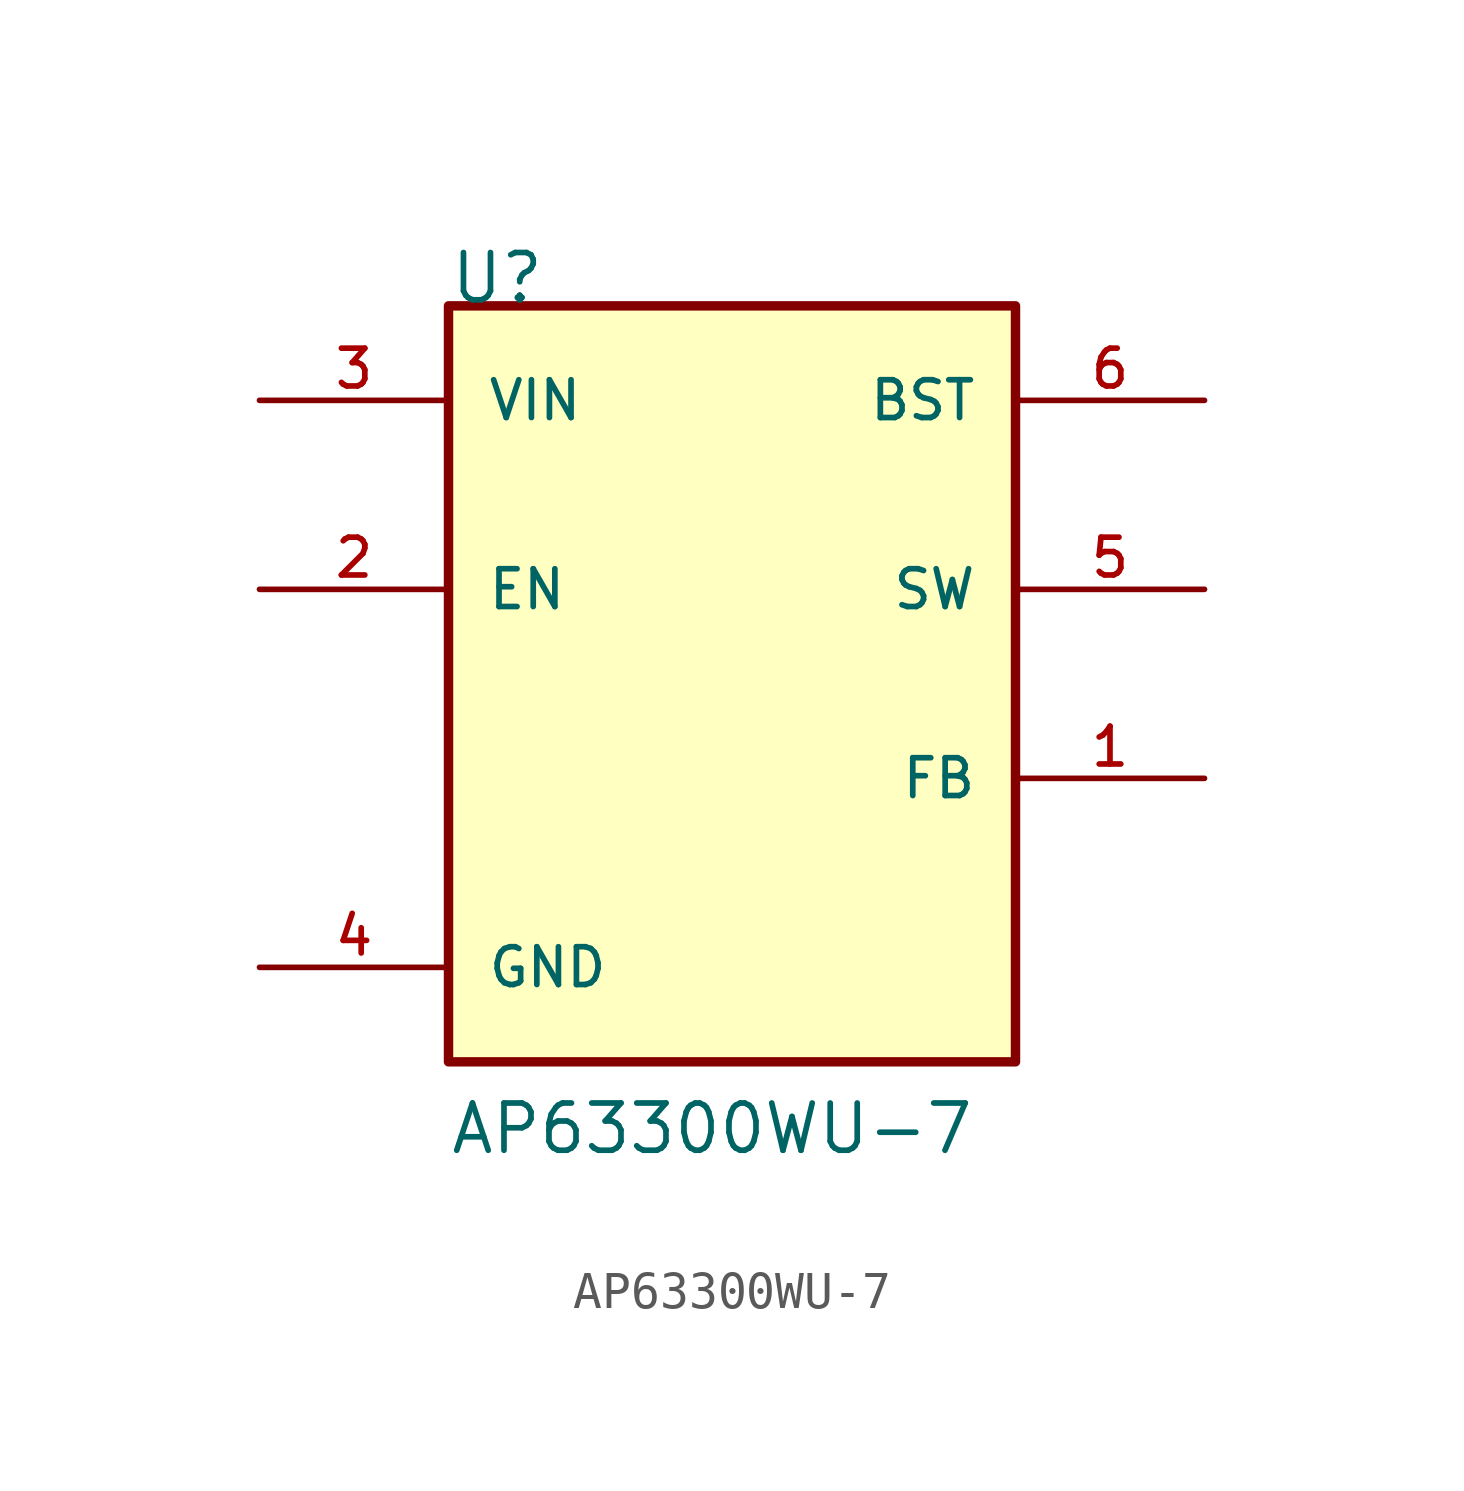
<source format=kicad_sym>
(kicad_symbol_lib
  (version 20211014)
  (generator kicad_symbol_editor)
  (symbol "AP63300WU-7"
    (pin_names
      (offset 1.016))
    (property "Reference" "U"
      (at -7.62 10.16 0)
      (effects (font (size 1.27 1.27)) (justify left bottom)))
    (property "Value" "AP63300WU-7"
      (at -7.62 -12.7 0)
      (effects (font (size 1.27 1.27)) (justify left bottom)))
    (symbol "AP63300WU-7_0_0"
      (rectangle (start -7.62 -10.16) (end 7.62 10.16) (stroke (width 0.254) (type default) (color 0 0 0 0)) (fill (type background)))
      (pin input line (at 12.7 -2.54 180) (length 5.08) (name "FB" (effects (font (size 1.016 1.016)))) (number "1" (effects (font (size 1.016 1.016)))))
      (pin input line (at -12.7 2.54 0) (length 5.08) (name "EN" (effects (font (size 1.016 1.016)))) (number "2" (effects (font (size 1.016 1.016)))))
      (pin power_in line (at -12.7 7.62 0) (length 5.08) (name "VIN" (effects (font (size 1.016 1.016)))) (number "3" (effects (font (size 1.016 1.016)))))
      (pin power_in line (at -12.7 -7.62 0) (length 5.08) (name "GND" (effects (font (size 1.016 1.016)))) (number "4" (effects (font (size 1.016 1.016)))))
      (pin output line (at 12.7 2.54 180) (length 5.08) (name "SW" (effects (font (size 1.016 1.016)))) (number "5" (effects (font (size 1.016 1.016)))))
      (pin input line (at 12.7 7.62 180) (length 5.08) (name "BST" (effects (font (size 1.016 1.016)))) (number "6" (effects (font (size 1.016 1.016))))))))
</source>
